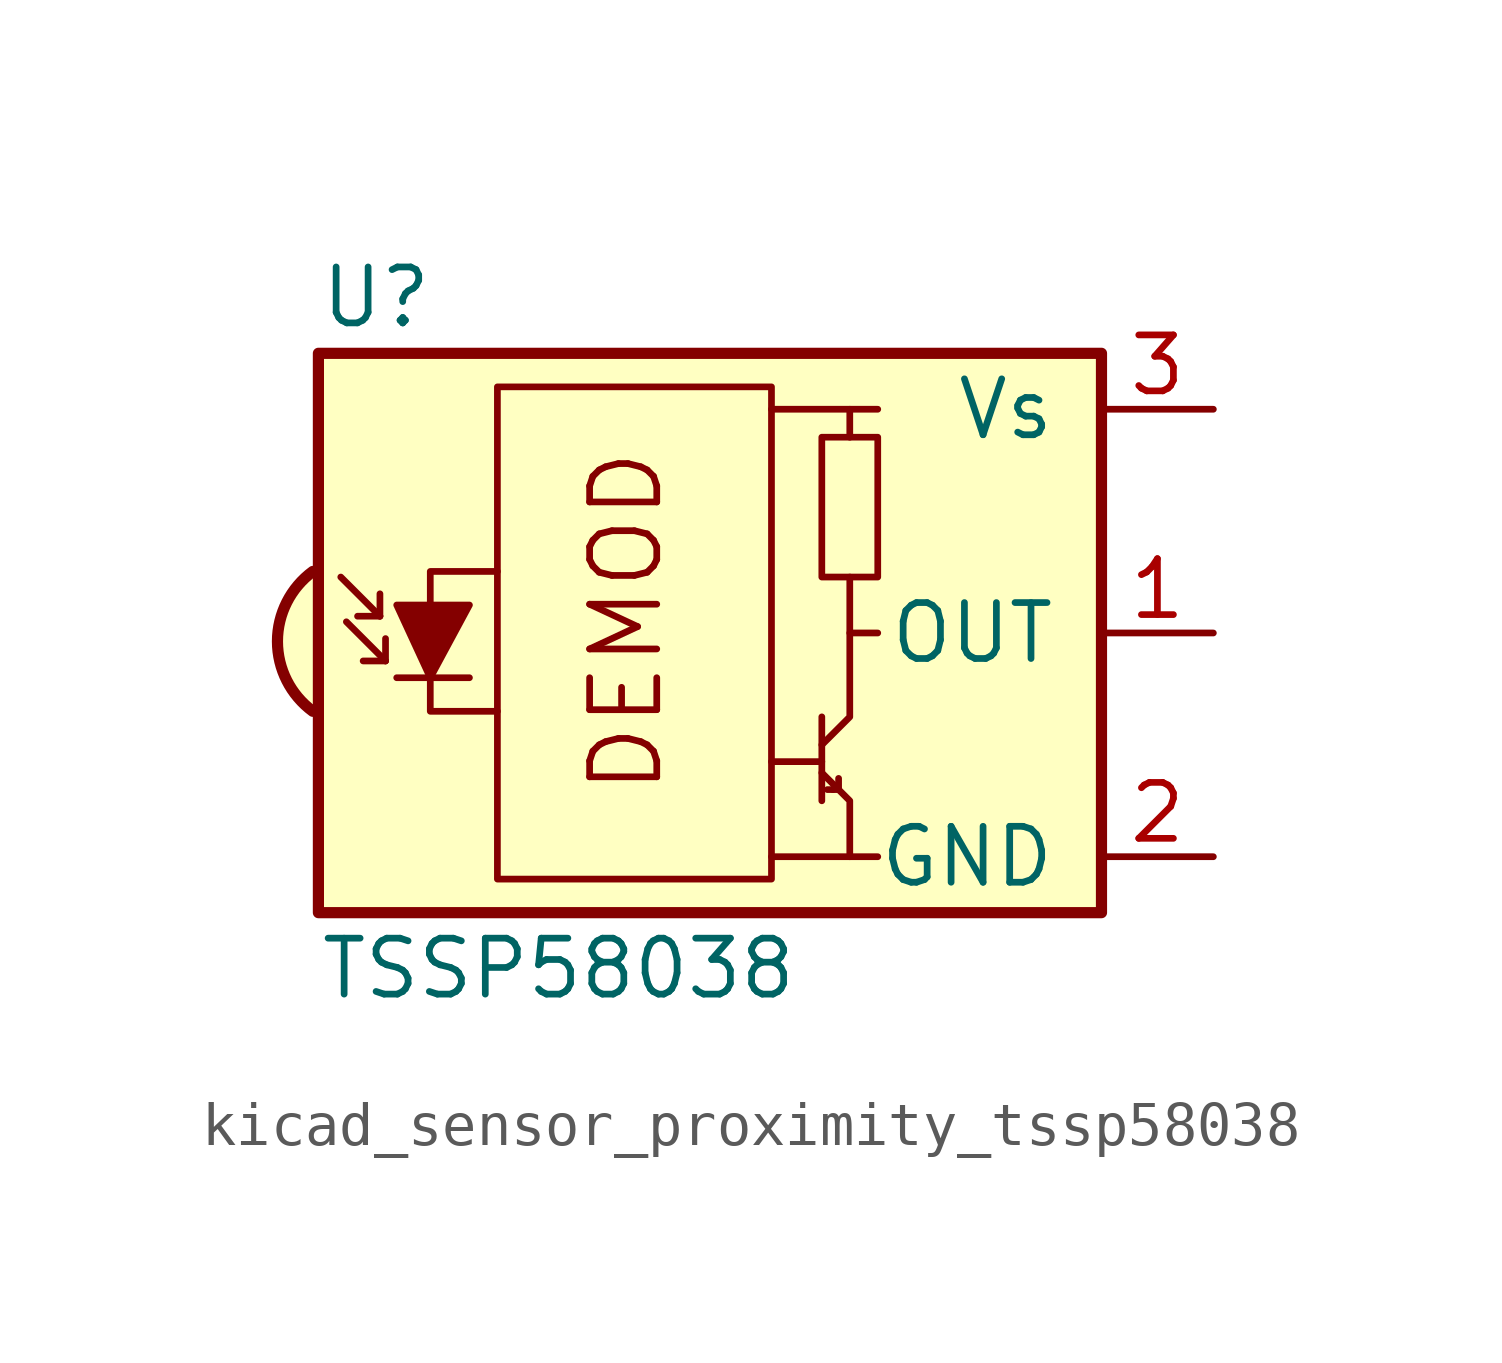
<source format=kicad_sym>
(kicad_symbol_lib
  (version 20220914)
  (generator kicad_symbol_editor)
  (symbol "kicad_sensor_proximity_tssp58038"
    (pin_names
      (offset 1.016))
    (property "Reference" "U"
      (at -10.16 7.62 0)
      (effects (font (size 1.27 1.27)) (justify left)))
    (property "Value" "TSSP58038"
      (at -10.16 -7.62 0)
      (effects (font (size 1.27 1.27)) (justify left)))
    (symbol "kicad_sensor_proximity_tssp58038_0_0"
      (arc (start -10.287 1.397) (mid -11.0899 -0.1852) (end -10.287 -1.778) (stroke (width 0.254) (type default)) (fill (type background)))
      (polyline (pts (xy 1.905 -5.08) (xy 0.127 -5.08)) (stroke (width 0) (type default)) (fill (type none)))
      (polyline (pts (xy 1.905 5.08) (xy 0.127 5.08)) (stroke (width 0) (type default)) (fill (type none)))
      (text "DEMOD" (at -3.175 0.254 900) (effects (font (size 1.524 1.524)))))
    (symbol "kicad_sensor_proximity_tssp58038_0_1"
      (rectangle (start -6.096 5.588) (end 0.127 -5.588) (stroke (width 0) (type default)) (fill (type none)))
      (polyline (pts (xy -8.763 0.381) (xy -9.652 1.27)) (stroke (width 0) (type default)) (fill (type none)))
      (polyline (pts (xy -8.763 0.381) (xy -9.271 0.381)) (stroke (width 0) (type default)) (fill (type none)))
      (polyline (pts (xy -8.763 0.381) (xy -8.763 0.889)) (stroke (width 0) (type default)) (fill (type none)))
      (polyline (pts (xy -8.636 -0.635) (xy -9.525 0.254)) (stroke (width 0) (type default)) (fill (type none)))
      (polyline (pts (xy -8.636 -0.635) (xy -9.144 -0.635)) (stroke (width 0) (type default)) (fill (type none)))
      (polyline (pts (xy -8.636 -0.635) (xy -8.636 -0.127)) (stroke (width 0) (type default)) (fill (type none)))
      (polyline (pts (xy -8.382 -1.016) (xy -6.731 -1.016)) (stroke (width 0) (type default)) (fill (type none)))
      (polyline (pts (xy 1.27 -2.921) (xy 0.127 -2.921)) (stroke (width 0) (type default)) (fill (type none)))
      (polyline (pts (xy 1.27 -1.905) (xy 1.27 -3.81)) (stroke (width 0) (type default)) (fill (type none)))
      (polyline (pts (xy 1.397 -3.556) (xy 1.524 -3.556)) (stroke (width 0) (type default)) (fill (type none)))
      (polyline (pts (xy 1.651 -3.556) (xy 1.524 -3.556)) (stroke (width 0) (type default)) (fill (type none)))
      (polyline (pts (xy 1.651 -3.556) (xy 1.651 -3.302)) (stroke (width 0) (type default)) (fill (type none)))
      (polyline (pts (xy 1.905 0) (xy 1.905 1.27)) (stroke (width 0) (type default)) (fill (type none)))
      (polyline (pts (xy 1.905 4.445) (xy 1.905 5.08) (xy 2.54 5.08)) (stroke (width 0) (type default)) (fill (type none)))
      (polyline (pts (xy -8.382 0.635) (xy -6.731 0.635) (xy -7.62 -1.016) (xy -8.382 0.635)) (stroke (width 0) (type default)) (fill (type outline)))
      (polyline (pts (xy -6.096 1.397) (xy -7.62 1.397) (xy -7.62 -1.778) (xy -6.096 -1.778)) (stroke (width 0) (type default)) (fill (type none)))
      (polyline (pts (xy 1.27 -3.175) (xy 1.905 -3.81) (xy 1.905 -5.08) (xy 2.54 -5.08)) (stroke (width 0) (type default)) (fill (type none)))
      (polyline (pts (xy 1.27 -2.54) (xy 1.905 -1.905) (xy 1.905 0) (xy 2.54 0)) (stroke (width 0) (type default)) (fill (type none)))
      (rectangle (start 2.54 1.27) (end 1.27 4.445) (stroke (width 0) (type default)) (fill (type none)))
      (rectangle (start 7.62 6.35) (end -10.16 -6.35) (stroke (width 0.254) (type default)) (fill (type background))))
    (symbol "kicad_sensor_proximity_tssp58038_1_1"
      (pin output line (at 10.16 0 180) (length 2.54) (name "OUT" (effects (font (size 1.27 1.27)))) (number "1" (effects (font (size 1.27 1.27)))))
      (pin power_in line (at 10.16 -5.08 180) (length 2.54) (name "GND" (effects (font (size 1.27 1.27)))) (number "2" (effects (font (size 1.27 1.27)))))
      (pin power_in line (at 10.16 5.08 180) (length 2.54) (name "Vs" (effects (font (size 1.27 1.27)))) (number "3" (effects (font (size 1.27 1.27))))))))
</source>
